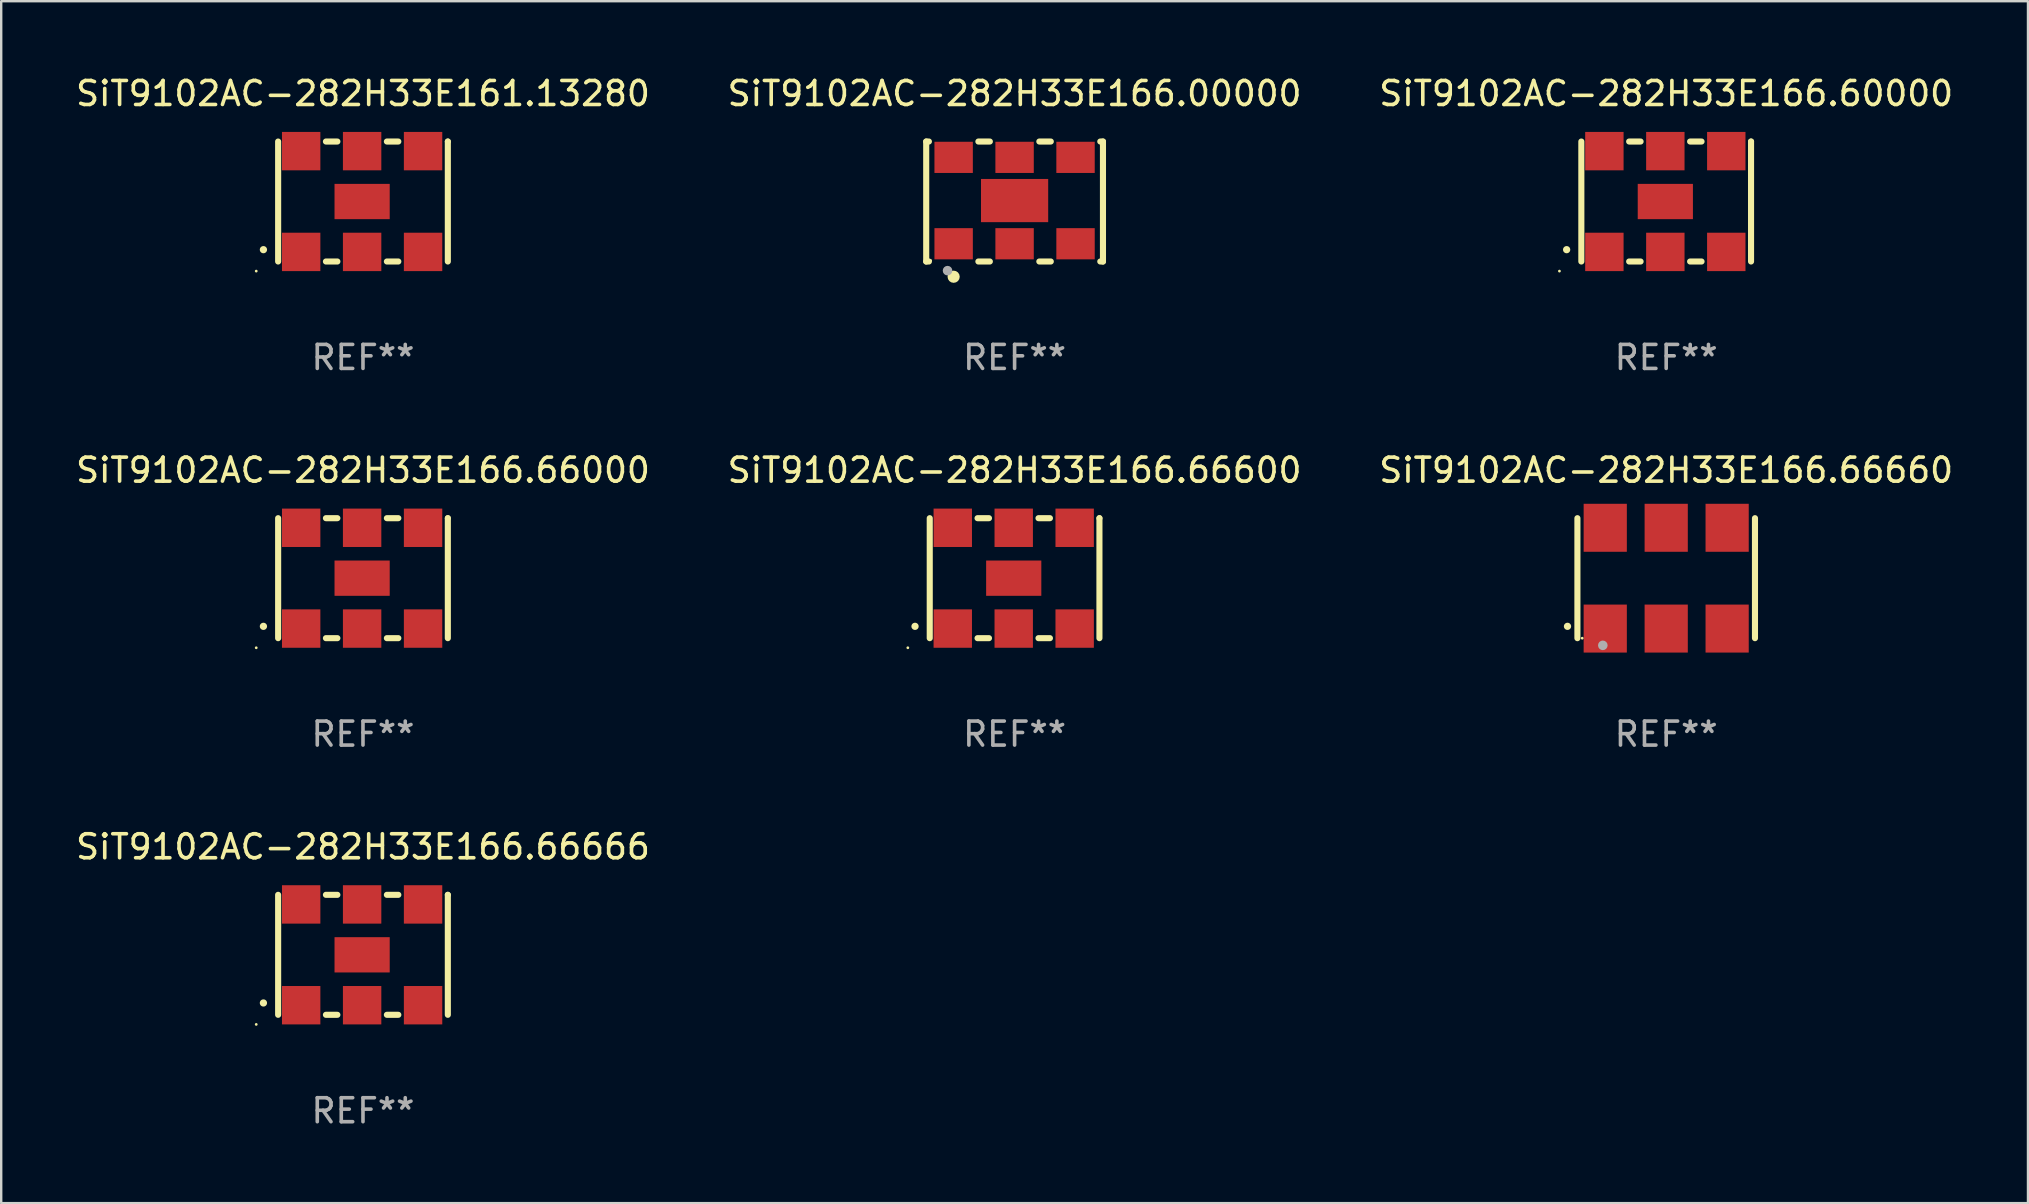
<source format=kicad_pcb>
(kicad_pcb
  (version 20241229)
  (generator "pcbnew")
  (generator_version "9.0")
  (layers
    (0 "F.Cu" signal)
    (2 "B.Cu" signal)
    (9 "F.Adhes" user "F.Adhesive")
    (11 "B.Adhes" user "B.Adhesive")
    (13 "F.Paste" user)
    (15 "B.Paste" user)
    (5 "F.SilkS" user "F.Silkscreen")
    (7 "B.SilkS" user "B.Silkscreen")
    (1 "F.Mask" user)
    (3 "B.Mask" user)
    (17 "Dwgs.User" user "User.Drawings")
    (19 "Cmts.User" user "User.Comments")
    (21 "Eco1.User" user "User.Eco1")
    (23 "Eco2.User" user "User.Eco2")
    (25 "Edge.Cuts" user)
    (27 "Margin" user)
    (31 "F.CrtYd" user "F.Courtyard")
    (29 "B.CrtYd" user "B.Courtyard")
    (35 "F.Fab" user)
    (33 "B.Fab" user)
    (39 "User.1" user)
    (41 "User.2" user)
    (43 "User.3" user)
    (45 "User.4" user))
  (footprint "SiT9102AC-282H33E166.00000"
    (layer "F.Cu")
    (at 39.232 5.348)
    (property "Reference" "SiT9102AC-282H33E166.00000" (at 0 -4.5 0) (layer "F.SilkS") (effects (font (size 1 1) (thickness 0.15))))
    (attr through_hole)
    (fp_line (start -3.683 -2.5) (end -3.571 -2.5) (stroke (width 0.254) (type solid)) (layer "F.SilkS"))
    (fp_line (start -3.683 2.5) (end -3.683 -2.5) (stroke (width 0.254) (type solid)) (layer "F.SilkS"))
    (fp_line (start -3.683 2.5) (end -3.571 2.5) (stroke (width 0.254) (type solid)) (layer "F.SilkS"))
    (fp_line (start -1.509 -2.5) (end -1.031 -2.5) (stroke (width 0.254) (type solid)) (layer "F.SilkS"))
    (fp_line (start -1.509 2.5) (end -1.031 2.5) (stroke (width 0.254) (type solid)) (layer "F.SilkS"))
    (fp_line (start 1.031 -2.5) (end 1.509 -2.5) (stroke (width 0.254) (type solid)) (layer "F.SilkS"))
    (fp_line (start 1.031 2.5) (end 1.509 2.5) (stroke (width 0.254) (type solid)) (layer "F.SilkS"))
    (fp_line (start 3.571 -2.5) (end 3.683 -2.5) (stroke (width 0.254) (type solid)) (layer "F.SilkS"))
    (fp_line (start 3.571 2.5) (end 3.683 2.5) (stroke (width 0.254) (type solid)) (layer "F.SilkS"))
    (fp_line (start 3.683 2.5) (end 3.683 -2.5) (stroke (width 0.254) (type solid)) (layer "F.SilkS"))
    (fp_circle (center -3.5 2.46) (end -3.47 2.46) (stroke (width 0.06) (type solid)) (fill no) (layer "F.SilkS"))
    (fp_circle (center -2.54 3.135) (end -2.413 3.135) (stroke (width 0.254) (type solid)) (fill no) (layer "F.SilkS"))
    (fp_circle (center -2.794 2.881) (end -2.694 2.881) (stroke (width 0.2) (type solid)) (fill no) (layer "F.Fab"))
    (fp_text user "REF**" (at 0 6.5 0) (layer "F.Fab") (effects (font (size 1 1) (thickness 0.15))))
    (pad "1" smd rect (at -2.54 1.76) (size 1.6 1.3) (layers "F.Cu" "F.Mask" "F.Paste"))
    (pad "2" smd rect (at 0 1.76) (size 1.6 1.3) (layers "F.Cu" "F.Mask" "F.Paste"))
    (pad "3" smd rect (at 2.54 1.76) (size 1.6 1.3) (layers "F.Cu" "F.Mask" "F.Paste"))
    (pad "4" smd rect (at 2.54 -1.84) (size 1.6 1.3) (layers "F.Cu" "F.Mask" "F.Paste"))
    (pad "5" smd rect (at 0 -1.84) (size 1.6 1.3) (layers "F.Cu" "F.Mask" "F.Paste"))
    (pad "6" smd rect (at -2.54 -1.84) (size 1.6 1.3) (layers "F.Cu" "F.Mask" "F.Paste"))
    (pad "7" smd rect (at 0 -0.04) (size 2.8 1.8) (layers "F.Cu" "F.Mask" "F.Paste")))
  (footprint "SiT9102AC-282H33E166.66666"
    (layer "F.Cu")
    (at 12.077 36.741)
    (property "Reference" "SiT9102AC-282H33E166.66666" (at 0 -4.5 0) (layer "F.SilkS") (effects (font (size 1 1) (thickness 0.15))))
    (attr through_hole)
    (fp_line (start -3.536 -2.5) (end -3.536 2.5) (stroke (width 0.254) (type solid)) (layer "F.SilkS"))
    (fp_line (start -1.544 2.5) (end -1.067 2.5) (stroke (width 0.254) (type solid)) (layer "F.SilkS"))
    (fp_line (start -1.067 -2.5) (end -1.544 -2.5) (stroke (width 0.254) (type solid)) (layer "F.SilkS"))
    (fp_line (start 0.996 2.5) (end 1.473 2.5) (stroke (width 0.254) (type solid)) (layer "F.SilkS"))
    (fp_line (start 1.473 -2.5) (end 0.996 -2.5) (stroke (width 0.254) (type solid)) (layer "F.SilkS"))
    (fp_line (start 3.536 -2.5) (end 3.536 -2.5) (stroke (width 0.254) (type solid)) (layer "F.SilkS"))
    (fp_line (start 3.536 2.5) (end 3.536 -2.5) (stroke (width 0.254) (type solid)) (layer "F.SilkS"))
    (fp_arc (start -4.150432 2.006604) (mid -4.149162 2.006599) (end -4.147892 2.006604) (stroke (width 0.3) (type solid)) (layer "F.SilkS"))
    (fp_circle (center -4.449 2.9) (end -4.419 2.9) (stroke (width 0.06) (type solid)) (fill no) (layer "F.SilkS"))
    (fp_text user "REF**" (at 0 6.5 0) (layer "F.Fab") (effects (font (size 1 1) (thickness 0.15))))
    (pad "1" smd rect (at -2.576 2.1) (size 1.6 1.6) (layers "F.Cu" "F.Mask" "F.Paste"))
    (pad "2" smd rect (at -0.036 2.1) (size 1.6 1.6) (layers "F.Cu" "F.Mask" "F.Paste"))
    (pad "3" smd rect (at 2.504 2.1) (size 1.6 1.6) (layers "F.Cu" "F.Mask" "F.Paste"))
    (pad "4" smd rect (at 2.504 -2.1) (size 1.6 1.6) (layers "F.Cu" "F.Mask" "F.Paste"))
    (pad "5" smd rect (at -0.036 -2.1) (size 1.6 1.6) (layers "F.Cu" "F.Mask" "F.Paste"))
    (pad "6" smd rect (at -2.576 -2.1) (size 1.6 1.6) (layers "F.Cu" "F.Mask" "F.Paste"))
    (pad "7" smd rect (at -0.036 0) (size 2.3 1.47) (layers "F.Cu" "F.Mask" "F.Paste")))
  (footprint "SiT9102AC-282H33E166.66600"
    (layer "F.Cu")
    (at 39.232 21.045)
    (property "Reference" "SiT9102AC-282H33E166.66600" (at 0 -4.5 0) (layer "F.SilkS") (effects (font (size 1 1) (thickness 0.15))))
    (attr through_hole)
    (fp_line (start -3.536 -2.5) (end -3.536 2.5) (stroke (width 0.254) (type solid)) (layer "F.SilkS"))
    (fp_line (start -1.544 2.5) (end -1.067 2.5) (stroke (width 0.254) (type solid)) (layer "F.SilkS"))
    (fp_line (start -1.067 -2.5) (end -1.544 -2.5) (stroke (width 0.254) (type solid)) (layer "F.SilkS"))
    (fp_line (start 0.996 2.5) (end 1.473 2.5) (stroke (width 0.254) (type solid)) (layer "F.SilkS"))
    (fp_line (start 1.473 -2.5) (end 0.996 -2.5) (stroke (width 0.254) (type solid)) (layer "F.SilkS"))
    (fp_line (start 3.536 -2.5) (end 3.536 -2.5) (stroke (width 0.254) (type solid)) (layer "F.SilkS"))
    (fp_line (start 3.536 2.5) (end 3.536 -2.5) (stroke (width 0.254) (type solid)) (layer "F.SilkS"))
    (fp_arc (start -4.150432 2.006604) (mid -4.149162 2.006599) (end -4.147892 2.006604) (stroke (width 0.3) (type solid)) (layer "F.SilkS"))
    (fp_circle (center -4.449 2.9) (end -4.419 2.9) (stroke (width 0.06) (type solid)) (fill no) (layer "F.SilkS"))
    (fp_text user "REF**" (at 0 6.5 0) (layer "F.Fab") (effects (font (size 1 1) (thickness 0.15))))
    (pad "1" smd rect (at -2.576 2.1) (size 1.6 1.6) (layers "F.Cu" "F.Mask" "F.Paste"))
    (pad "2" smd rect (at -0.036 2.1) (size 1.6 1.6) (layers "F.Cu" "F.Mask" "F.Paste"))
    (pad "3" smd rect (at 2.504 2.1) (size 1.6 1.6) (layers "F.Cu" "F.Mask" "F.Paste"))
    (pad "4" smd rect (at 2.504 -2.1) (size 1.6 1.6) (layers "F.Cu" "F.Mask" "F.Paste"))
    (pad "5" smd rect (at -0.036 -2.1) (size 1.6 1.6) (layers "F.Cu" "F.Mask" "F.Paste"))
    (pad "6" smd rect (at -2.576 -2.1) (size 1.6 1.6) (layers "F.Cu" "F.Mask" "F.Paste"))
    (pad "7" smd rect (at -0.036 0) (size 2.3 1.47) (layers "F.Cu" "F.Mask" "F.Paste")))
  (footprint "SiT9102AC-282H33E166.66000"
    (layer "F.Cu")
    (at 12.077 21.045)
    (property "Reference" "SiT9102AC-282H33E166.66000" (at 0 -4.5 0) (layer "F.SilkS") (effects (font (size 1 1) (thickness 0.15))))
    (attr through_hole)
    (fp_line (start -3.536 -2.5) (end -3.536 2.5) (stroke (width 0.254) (type solid)) (layer "F.SilkS"))
    (fp_line (start -1.544 2.5) (end -1.067 2.5) (stroke (width 0.254) (type solid)) (layer "F.SilkS"))
    (fp_line (start -1.067 -2.5) (end -1.544 -2.5) (stroke (width 0.254) (type solid)) (layer "F.SilkS"))
    (fp_line (start 0.996 2.5) (end 1.473 2.5) (stroke (width 0.254) (type solid)) (layer "F.SilkS"))
    (fp_line (start 1.473 -2.5) (end 0.996 -2.5) (stroke (width 0.254) (type solid)) (layer "F.SilkS"))
    (fp_line (start 3.536 -2.5) (end 3.536 -2.5) (stroke (width 0.254) (type solid)) (layer "F.SilkS"))
    (fp_line (start 3.536 2.5) (end 3.536 -2.5) (stroke (width 0.254) (type solid)) (layer "F.SilkS"))
    (fp_arc (start -4.150432 2.006604) (mid -4.149162 2.006599) (end -4.147892 2.006604) (stroke (width 0.3) (type solid)) (layer "F.SilkS"))
    (fp_circle (center -4.449 2.9) (end -4.419 2.9) (stroke (width 0.06) (type solid)) (fill no) (layer "F.SilkS"))
    (fp_text user "REF**" (at 0 6.5 0) (layer "F.Fab") (effects (font (size 1 1) (thickness 0.15))))
    (pad "1" smd rect (at -2.576 2.1) (size 1.6 1.6) (layers "F.Cu" "F.Mask" "F.Paste"))
    (pad "2" smd rect (at -0.036 2.1) (size 1.6 1.6) (layers "F.Cu" "F.Mask" "F.Paste"))
    (pad "3" smd rect (at 2.504 2.1) (size 1.6 1.6) (layers "F.Cu" "F.Mask" "F.Paste"))
    (pad "4" smd rect (at 2.504 -2.1) (size 1.6 1.6) (layers "F.Cu" "F.Mask" "F.Paste"))
    (pad "5" smd rect (at -0.036 -2.1) (size 1.6 1.6) (layers "F.Cu" "F.Mask" "F.Paste"))
    (pad "6" smd rect (at -2.576 -2.1) (size 1.6 1.6) (layers "F.Cu" "F.Mask" "F.Paste"))
    (pad "7" smd rect (at -0.036 0) (size 2.3 1.47) (layers "F.Cu" "F.Mask" "F.Paste")))
  (footprint "SiT9102AC-282H33E161.13280"
    (layer "F.Cu")
    (at 12.077 5.348)
    (property "Reference" "SiT9102AC-282H33E161.13280" (at 0 -4.5 0) (layer "F.SilkS") (effects (font (size 1 1) (thickness 0.15))))
    (attr through_hole)
    (fp_line (start -3.536 -2.5) (end -3.536 2.5) (stroke (width 0.254) (type solid)) (layer "F.SilkS"))
    (fp_line (start -1.544 2.5) (end -1.067 2.5) (stroke (width 0.254) (type solid)) (layer "F.SilkS"))
    (fp_line (start -1.067 -2.5) (end -1.544 -2.5) (stroke (width 0.254) (type solid)) (layer "F.SilkS"))
    (fp_line (start 0.996 2.5) (end 1.473 2.5) (stroke (width 0.254) (type solid)) (layer "F.SilkS"))
    (fp_line (start 1.473 -2.5) (end 0.996 -2.5) (stroke (width 0.254) (type solid)) (layer "F.SilkS"))
    (fp_line (start 3.536 -2.5) (end 3.536 -2.5) (stroke (width 0.254) (type solid)) (layer "F.SilkS"))
    (fp_line (start 3.536 2.5) (end 3.536 -2.5) (stroke (width 0.254) (type solid)) (layer "F.SilkS"))
    (fp_arc (start -4.150432 2.006604) (mid -4.149162 2.006599) (end -4.147892 2.006604) (stroke (width 0.3) (type solid)) (layer "F.SilkS"))
    (fp_circle (center -4.449 2.9) (end -4.419 2.9) (stroke (width 0.06) (type solid)) (fill no) (layer "F.SilkS"))
    (fp_text user "REF**" (at 0 6.5 0) (layer "F.Fab") (effects (font (size 1 1) (thickness 0.15))))
    (pad "1" smd rect (at -2.576 2.1) (size 1.6 1.6) (layers "F.Cu" "F.Mask" "F.Paste"))
    (pad "2" smd rect (at -0.036 2.1) (size 1.6 1.6) (layers "F.Cu" "F.Mask" "F.Paste"))
    (pad "3" smd rect (at 2.504 2.1) (size 1.6 1.6) (layers "F.Cu" "F.Mask" "F.Paste"))
    (pad "4" smd rect (at 2.504 -2.1) (size 1.6 1.6) (layers "F.Cu" "F.Mask" "F.Paste"))
    (pad "5" smd rect (at -0.036 -2.1) (size 1.6 1.6) (layers "F.Cu" "F.Mask" "F.Paste"))
    (pad "6" smd rect (at -2.576 -2.1) (size 1.6 1.6) (layers "F.Cu" "F.Mask" "F.Paste"))
    (pad "7" smd rect (at -0.036 0) (size 2.3 1.47) (layers "F.Cu" "F.Mask" "F.Paste")))
  (footprint "SiT9102AC-282H33E166.60000"
    (layer "F.Cu")
    (at 66.387 5.348)
    (property "Reference" "SiT9102AC-282H33E166.60000" (at 0 -4.5 0) (layer "F.SilkS") (effects (font (size 1 1) (thickness 0.15))))
    (attr through_hole)
    (fp_line (start -3.536 -2.5) (end -3.536 2.5) (stroke (width 0.254) (type solid)) (layer "F.SilkS"))
    (fp_line (start -1.544 2.5) (end -1.067 2.5) (stroke (width 0.254) (type solid)) (layer "F.SilkS"))
    (fp_line (start -1.067 -2.5) (end -1.544 -2.5) (stroke (width 0.254) (type solid)) (layer "F.SilkS"))
    (fp_line (start 0.996 2.5) (end 1.473 2.5) (stroke (width 0.254) (type solid)) (layer "F.SilkS"))
    (fp_line (start 1.473 -2.5) (end 0.996 -2.5) (stroke (width 0.254) (type solid)) (layer "F.SilkS"))
    (fp_line (start 3.536 -2.5) (end 3.536 -2.5) (stroke (width 0.254) (type solid)) (layer "F.SilkS"))
    (fp_line (start 3.536 2.5) (end 3.536 -2.5) (stroke (width 0.254) (type solid)) (layer "F.SilkS"))
    (fp_arc (start -4.150432 2.006604) (mid -4.149162 2.006599) (end -4.147892 2.006604) (stroke (width 0.3) (type solid)) (layer "F.SilkS"))
    (fp_circle (center -4.449 2.9) (end -4.419 2.9) (stroke (width 0.06) (type solid)) (fill no) (layer "F.SilkS"))
    (fp_text user "REF**" (at 0 6.5 0) (layer "F.Fab") (effects (font (size 1 1) (thickness 0.15))))
    (pad "1" smd rect (at -2.576 2.1) (size 1.6 1.6) (layers "F.Cu" "F.Mask" "F.Paste"))
    (pad "2" smd rect (at -0.036 2.1) (size 1.6 1.6) (layers "F.Cu" "F.Mask" "F.Paste"))
    (pad "3" smd rect (at 2.504 2.1) (size 1.6 1.6) (layers "F.Cu" "F.Mask" "F.Paste"))
    (pad "4" smd rect (at 2.504 -2.1) (size 1.6 1.6) (layers "F.Cu" "F.Mask" "F.Paste"))
    (pad "5" smd rect (at -0.036 -2.1) (size 1.6 1.6) (layers "F.Cu" "F.Mask" "F.Paste"))
    (pad "6" smd rect (at -2.576 -2.1) (size 1.6 1.6) (layers "F.Cu" "F.Mask" "F.Paste"))
    (pad "7" smd rect (at -0.036 0) (size 2.3 1.47) (layers "F.Cu" "F.Mask" "F.Paste")))
  (footprint "SiT9102AC-282H33E166.66660"
    (layer "F.Cu")
    (at 66.387 21.045)
    (property "Reference" "SiT9102AC-282H33E166.66660" (at 0 -4.5 0) (layer "F.SilkS") (effects (font (size 1 1) (thickness 0.15))))
    (attr through_hole)
    (fp_line (start -3.7 -2.5) (end -3.7 2.5) (stroke (width 0.254) (type solid)) (layer "F.SilkS"))
    (fp_line (start 3.7 -2.5) (end 3.7 2.5) (stroke (width 0.254) (type solid)) (layer "F.SilkS"))
    (fp_arc (start -4.114415 2.006604) (mid -4.113145 2.006599) (end -4.111875 2.006604) (stroke (width 0.3) (type solid)) (layer "F.SilkS"))
    (fp_circle (center -3.5 2.501) (end -3.47 2.501) (stroke (width 0.06) (type solid)) (fill no) (layer "F.SilkS"))
    (fp_circle (center -2.641 2.799) (end -2.541 2.799) (stroke (width 0.2) (type solid)) (fill no) (layer "F.Fab"))
    (fp_text user "REF**" (at 0 6.5 0) (layer "F.Fab") (effects (font (size 1 1) (thickness 0.15))))
    (pad "1" smd rect (at -2.54 2.1) (size 1.8 2) (layers "F.Cu" "F.Mask" "F.Paste"))
    (pad "2" smd rect (at 0.000394 2.1) (size 1.8 2) (layers "F.Cu" "F.Mask" "F.Paste"))
    (pad "3" smd rect (at 2.54 2.1) (size 1.8 2) (layers "F.Cu" "F.Mask" "F.Paste"))
    (pad "4" smd rect (at 2.54 -2.1) (size 1.8 2) (layers "F.Cu" "F.Mask" "F.Paste"))
    (pad "5" smd rect (at 0.000394 -2.1) (size 1.8 2) (layers "F.Cu" "F.Mask" "F.Paste"))
    (pad "6" smd rect (at -2.54 -2.1) (size 1.8 2) (layers "F.Cu" "F.Mask" "F.Paste")))
  (gr_rect
    (start -3 -3)
    (end 81.464 47.09)
    (stroke (width 0.1) (type default))
    (fill no)
    (layer "Edge.Cuts")))
</source>
